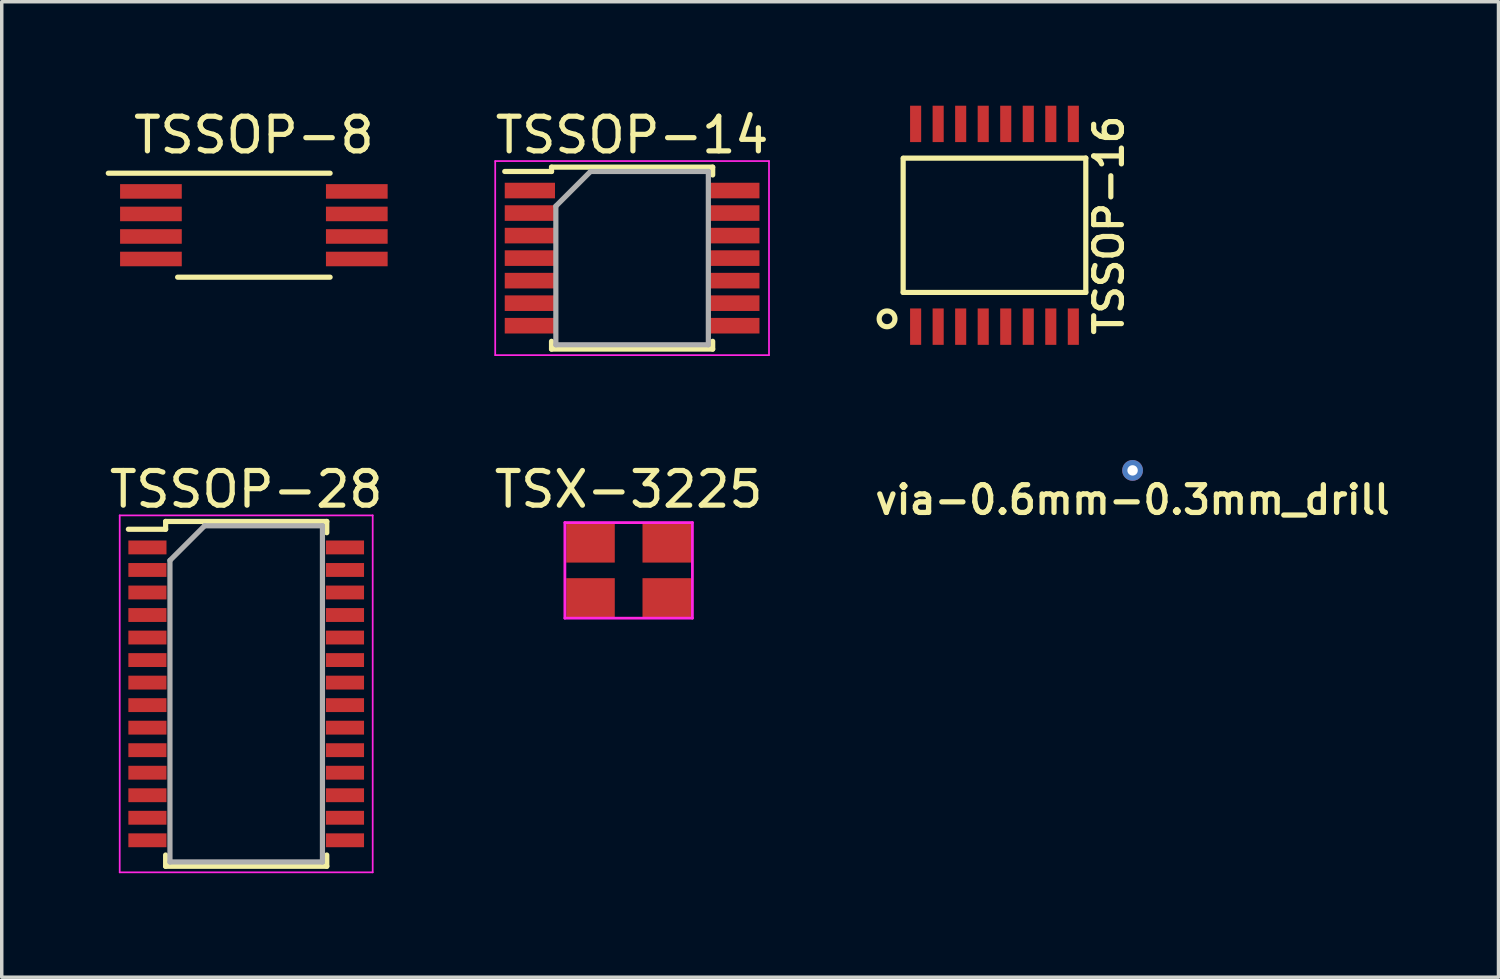
<source format=kicad_pcb>
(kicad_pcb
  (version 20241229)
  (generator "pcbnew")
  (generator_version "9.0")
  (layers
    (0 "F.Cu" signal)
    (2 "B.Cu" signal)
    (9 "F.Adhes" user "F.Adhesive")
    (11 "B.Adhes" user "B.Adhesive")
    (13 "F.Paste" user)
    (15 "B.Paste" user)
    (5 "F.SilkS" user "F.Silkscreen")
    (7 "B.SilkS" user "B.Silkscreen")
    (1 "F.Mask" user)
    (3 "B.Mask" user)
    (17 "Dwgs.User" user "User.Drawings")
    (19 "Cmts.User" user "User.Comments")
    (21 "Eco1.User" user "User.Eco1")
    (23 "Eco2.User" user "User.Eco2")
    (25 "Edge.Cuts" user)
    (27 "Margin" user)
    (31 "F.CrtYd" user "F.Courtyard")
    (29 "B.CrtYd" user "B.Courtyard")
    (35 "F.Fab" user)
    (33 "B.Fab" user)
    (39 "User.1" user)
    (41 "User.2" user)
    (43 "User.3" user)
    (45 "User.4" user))
  (footprint "TSSOP-8"
    (layer "F.Cu")
    (at 4.275 3.448)
    (property "Reference" "TSSOP-8" (at 0 -2.6 0) (layer "F.SilkS") (effects (font (size 1 1) (thickness 0.15))))
    (attr smd)
    (fp_line (start 2.2 -1.5) (end -4.2 -1.5) (stroke (width 0.15) (type solid)) (layer "F.SilkS"))
    (fp_line (start 2.2 1.5) (end -2.2 1.5) (stroke (width 0.15) (type solid)) (layer "F.SilkS"))
    (pad "1" smd rect (at -2.97 -0.975) (size 1.78 0.42) (layers "F.Cu" "F.Mask" "F.Paste"))
    (pad "2" smd rect (at -2.97 -0.325) (size 1.78 0.42) (layers "F.Cu" "F.Mask" "F.Paste"))
    (pad "3" smd rect (at -2.97 0.325) (size 1.78 0.42) (layers "F.Cu" "F.Mask" "F.Paste"))
    (pad "4" smd rect (at -2.97 0.975) (size 1.78 0.42) (layers "F.Cu" "F.Mask" "F.Paste"))
    (pad "5" smd rect (at 2.97 0.975) (size 1.78 0.42) (layers "F.Cu" "F.Mask" "F.Paste"))
    (pad "6" smd rect (at 2.97 0.325) (size 1.78 0.42) (layers "F.Cu" "F.Mask" "F.Paste"))
    (pad "7" smd rect (at 2.97 -0.325) (size 1.78 0.42) (layers "F.Cu" "F.Mask" "F.Paste"))
    (pad "8" smd rect (at 2.97 -0.975) (size 1.78 0.42) (layers "F.Cu" "F.Mask" "F.Paste")))
  (footprint "TSSOP-28"
    (layer "F.Cu")
    (at 4.054 16.971)
    (property "Reference" "TSSOP-28" (at 0 -5.9 0) (layer "F.SilkS") (effects (font (size 1 1) (thickness 0.15))))
    (attr smd)
    (fp_line (start -2.325 -4.975) (end -2.325 -4.75) (stroke (width 0.15) (type solid)) (layer "F.SilkS"))
    (fp_line (start -2.325 -4.975) (end 2.325 -4.975) (stroke (width 0.15) (type solid)) (layer "F.SilkS"))
    (fp_line (start -2.325 -4.75) (end -3.4 -4.75) (stroke (width 0.15) (type solid)) (layer "F.SilkS"))
    (fp_line (start -2.325 4.975) (end -2.325 4.65) (stroke (width 0.15) (type solid)) (layer "F.SilkS"))
    (fp_line (start -2.325 4.975) (end 2.325 4.975) (stroke (width 0.15) (type solid)) (layer "F.SilkS"))
    (fp_line (start 2.325 -4.975) (end 2.325 -4.65) (stroke (width 0.15) (type solid)) (layer "F.SilkS"))
    (fp_line (start 2.325 4.975) (end 2.325 4.65) (stroke (width 0.15) (type solid)) (layer "F.SilkS"))
    (fp_line (start -3.65 -5.15) (end -3.65 5.15) (stroke (width 0.05) (type solid)) (layer "F.CrtYd"))
    (fp_line (start -3.65 -5.15) (end 3.65 -5.15) (stroke (width 0.05) (type solid)) (layer "F.CrtYd"))
    (fp_line (start -3.65 5.15) (end 3.65 5.15) (stroke (width 0.05) (type solid)) (layer "F.CrtYd"))
    (fp_line (start 3.65 -5.15) (end 3.65 5.15) (stroke (width 0.05) (type solid)) (layer "F.CrtYd"))
    (fp_line (start -2.2 -3.85) (end -1.2 -4.85) (stroke (width 0.15) (type solid)) (layer "F.Fab"))
    (fp_line (start -2.2 4.85) (end -2.2 -3.85) (stroke (width 0.15) (type solid)) (layer "F.Fab"))
    (fp_line (start -1.2 -4.85) (end 2.2 -4.85) (stroke (width 0.15) (type solid)) (layer "F.Fab"))
    (fp_line (start 2.2 -4.85) (end 2.2 4.85) (stroke (width 0.15) (type solid)) (layer "F.Fab"))
    (fp_line (start 2.2 4.85) (end -2.2 4.85) (stroke (width 0.15) (type solid)) (layer "F.Fab"))
    (pad "1" smd rect (at -2.85 -4.225) (size 1.1 0.4) (layers "F.Cu" "F.Mask" "F.Paste"))
    (pad "2" smd rect (at -2.85 -3.575) (size 1.1 0.4) (layers "F.Cu" "F.Mask" "F.Paste"))
    (pad "3" smd rect (at -2.85 -2.925) (size 1.1 0.4) (layers "F.Cu" "F.Mask" "F.Paste"))
    (pad "4" smd rect (at -2.85 -2.275) (size 1.1 0.4) (layers "F.Cu" "F.Mask" "F.Paste"))
    (pad "5" smd rect (at -2.85 -1.625) (size 1.1 0.4) (layers "F.Cu" "F.Mask" "F.Paste"))
    (pad "6" smd rect (at -2.85 -0.975) (size 1.1 0.4) (layers "F.Cu" "F.Mask" "F.Paste"))
    (pad "7" smd rect (at -2.85 -0.325) (size 1.1 0.4) (layers "F.Cu" "F.Mask" "F.Paste"))
    (pad "8" smd rect (at -2.85 0.325) (size 1.1 0.4) (layers "F.Cu" "F.Mask" "F.Paste"))
    (pad "9" smd rect (at -2.85 0.975) (size 1.1 0.4) (layers "F.Cu" "F.Mask" "F.Paste"))
    (pad "10" smd rect (at -2.85 1.625) (size 1.1 0.4) (layers "F.Cu" "F.Mask" "F.Paste"))
    (pad "11" smd rect (at -2.85 2.275) (size 1.1 0.4) (layers "F.Cu" "F.Mask" "F.Paste"))
    (pad "12" smd rect (at -2.85 2.925) (size 1.1 0.4) (layers "F.Cu" "F.Mask" "F.Paste"))
    (pad "13" smd rect (at -2.85 3.575) (size 1.1 0.4) (layers "F.Cu" "F.Mask" "F.Paste"))
    (pad "14" smd rect (at -2.85 4.225) (size 1.1 0.4) (layers "F.Cu" "F.Mask" "F.Paste"))
    (pad "15" smd rect (at 2.85 4.225) (size 1.1 0.4) (layers "F.Cu" "F.Mask" "F.Paste"))
    (pad "16" smd rect (at 2.85 3.575) (size 1.1 0.4) (layers "F.Cu" "F.Mask" "F.Paste"))
    (pad "17" smd rect (at 2.85 2.925) (size 1.1 0.4) (layers "F.Cu" "F.Mask" "F.Paste"))
    (pad "18" smd rect (at 2.85 2.275) (size 1.1 0.4) (layers "F.Cu" "F.Mask" "F.Paste"))
    (pad "19" smd rect (at 2.85 1.625) (size 1.1 0.4) (layers "F.Cu" "F.Mask" "F.Paste"))
    (pad "20" smd rect (at 2.85 0.975) (size 1.1 0.4) (layers "F.Cu" "F.Mask" "F.Paste"))
    (pad "21" smd rect (at 2.85 0.325) (size 1.1 0.4) (layers "F.Cu" "F.Mask" "F.Paste"))
    (pad "22" smd rect (at 2.85 -0.325) (size 1.1 0.4) (layers "F.Cu" "F.Mask" "F.Paste"))
    (pad "23" smd rect (at 2.85 -0.975) (size 1.1 0.4) (layers "F.Cu" "F.Mask" "F.Paste"))
    (pad "24" smd rect (at 2.85 -1.625) (size 1.1 0.4) (layers "F.Cu" "F.Mask" "F.Paste"))
    (pad "25" smd rect (at 2.85 -2.275) (size 1.1 0.4) (layers "F.Cu" "F.Mask" "F.Paste"))
    (pad "26" smd rect (at 2.85 -2.925) (size 1.1 0.4) (layers "F.Cu" "F.Mask" "F.Paste"))
    (pad "27" smd rect (at 2.85 -3.575) (size 1.1 0.4) (layers "F.Cu" "F.Mask" "F.Paste"))
    (pad "28" smd rect (at 2.85 -4.225) (size 1.1 0.4) (layers "F.Cu" "F.Mask" "F.Paste")))
  (footprint "TSX-3225"
    (layer "F.Cu")
    (at 15.089 13.408)
    (property "Reference" "TSX-3225" (at 0 -2.337 0) (layer "F.SilkS") (effects (font (size 1 1) (thickness 0.15))))
    (attr through_hole)
    (fp_line (start -1.84 -1.379) (end -1.84 1.379) (stroke (width 0.08) (type solid)) (layer "F.CrtYd"))
    (fp_line (start -1.84 -1.379) (end 1.84 -1.379) (stroke (width 0.08) (type solid)) (layer "F.CrtYd"))
    (fp_line (start 1.84 -1.379) (end 1.84 1.379) (stroke (width 0.08) (type solid)) (layer "F.CrtYd"))
    (fp_line (start 1.84 1.379) (end -1.84 1.379) (stroke (width 0.08) (type solid)) (layer "F.CrtYd"))
    (pad "1" smd rect (at -1.1 -0.8) (size 1.4 1.15) (layers "F.Cu" "F.Mask" "F.Paste"))
    (pad "2" smd rect (at 1.1 -0.8) (size 1.4 1.15) (layers "F.Cu" "F.Mask" "F.Paste"))
    (pad "3" smd rect (at 1.1 0.8) (size 1.4 1.15) (layers "F.Cu" "F.Mask" "F.Paste"))
    (pad "4" smd rect (at -1.1 0.8) (size 1.4 1.15) (layers "F.Cu" "F.Mask" "F.Paste")))
  (footprint "TSSOP-16"
    (layer "F.Cu")
    (at 25.645 3.45)
    (property "Reference" "TSSOP-16" (at 3.3 0 90) (layer "F.SilkS") (effects (font (size 0.8 0.8) (thickness 0.15))))
    (attr smd)
    (fp_line (start -2.635 -1.93) (end -2.635 1.938) (stroke (width 0.15) (type solid)) (layer "F.SilkS"))
    (fp_line (start -2.635 1.938) (end 2.635 1.938) (stroke (width 0.15) (type solid)) (layer "F.SilkS"))
    (fp_line (start 2.635 -1.938) (end -2.63 -1.938) (stroke (width 0.15) (type solid)) (layer "F.SilkS"))
    (fp_line (start 2.635 1.938) (end 2.635 -1.938) (stroke (width 0.15) (type solid)) (layer "F.SilkS"))
    (fp_circle (center -3.1 2.7) (end -2.88 2.76) (stroke (width 0.15) (type solid)) (fill no) (layer "F.SilkS"))
    (pad "1" smd rect (at -2.275 2.925) (size 0.32 1.05) (layers "F.Cu" "F.Mask" "F.Paste"))
    (pad "2" smd rect (at -1.625 2.925) (size 0.32 1.05) (layers "F.Cu" "F.Mask" "F.Paste"))
    (pad "3" smd rect (at -0.975 2.925) (size 0.32 1.05) (layers "F.Cu" "F.Mask" "F.Paste"))
    (pad "4" smd rect (at -0.325 2.925) (size 0.32 1.05) (layers "F.Cu" "F.Mask" "F.Paste"))
    (pad "5" smd rect (at 0.325 2.925) (size 0.32 1.05) (layers "F.Cu" "F.Mask" "F.Paste"))
    (pad "6" smd rect (at 0.975 2.925) (size 0.32 1.05) (layers "F.Cu" "F.Mask" "F.Paste"))
    (pad "7" smd rect (at 1.625 2.925) (size 0.32 1.05) (layers "F.Cu" "F.Mask" "F.Paste"))
    (pad "8" smd rect (at 2.275 2.925) (size 0.32 1.05) (layers "F.Cu" "F.Mask" "F.Paste"))
    (pad "9" smd rect (at 2.275 -2.925) (size 0.32 1.05) (layers "F.Cu" "F.Mask" "F.Paste"))
    (pad "10" smd rect (at 1.625 -2.925) (size 0.32 1.05) (layers "F.Cu" "F.Mask" "F.Paste"))
    (pad "11" smd rect (at 0.975 -2.925) (size 0.32 1.05) (layers "F.Cu" "F.Mask" "F.Paste"))
    (pad "12" smd rect (at 0.325 -2.925) (size 0.32 1.05) (layers "F.Cu" "F.Mask" "F.Paste"))
    (pad "13" smd rect (at -0.325 -2.925) (size 0.32 1.05) (layers "F.Cu" "F.Mask" "F.Paste"))
    (pad "14" smd rect (at -0.975 -2.925) (size 0.32 1.05) (layers "F.Cu" "F.Mask" "F.Paste"))
    (pad "15" smd rect (at -1.625 -2.925) (size 0.32 1.05) (layers "F.Cu" "F.Mask" "F.Paste"))
    (pad "16" smd rect (at -2.275 -2.925) (size 0.32 1.05) (layers "F.Cu" "F.Mask" "F.Paste")))
  (footprint "TSSOP-14"
    (layer "F.Cu")
    (at 15.189 4.398)
    (property "Reference" "TSSOP-14" (at 0 -3.55 0) (layer "F.SilkS") (effects (font (size 1 1) (thickness 0.15))))
    (attr smd)
    (fp_line (start -2.325 -2.625) (end -2.325 -2.5) (stroke (width 0.15) (type solid)) (layer "F.SilkS"))
    (fp_line (start -2.325 -2.625) (end 2.325 -2.625) (stroke (width 0.15) (type solid)) (layer "F.SilkS"))
    (fp_line (start -2.325 -2.5) (end -3.675 -2.5) (stroke (width 0.15) (type solid)) (layer "F.SilkS"))
    (fp_line (start -2.325 2.625) (end -2.325 2.4) (stroke (width 0.15) (type solid)) (layer "F.SilkS"))
    (fp_line (start -2.325 2.625) (end 2.325 2.625) (stroke (width 0.15) (type solid)) (layer "F.SilkS"))
    (fp_line (start 2.325 -2.625) (end 2.325 -2.4) (stroke (width 0.15) (type solid)) (layer "F.SilkS"))
    (fp_line (start 2.325 2.625) (end 2.325 2.4) (stroke (width 0.15) (type solid)) (layer "F.SilkS"))
    (fp_line (start -3.95 -2.8) (end -3.95 2.8) (stroke (width 0.05) (type solid)) (layer "F.CrtYd"))
    (fp_line (start -3.95 -2.8) (end 3.95 -2.8) (stroke (width 0.05) (type solid)) (layer "F.CrtYd"))
    (fp_line (start -3.95 2.8) (end 3.95 2.8) (stroke (width 0.05) (type solid)) (layer "F.CrtYd"))
    (fp_line (start 3.95 -2.8) (end 3.95 2.8) (stroke (width 0.05) (type solid)) (layer "F.CrtYd"))
    (fp_line (start -2.2 -1.5) (end -1.2 -2.5) (stroke (width 0.15) (type solid)) (layer "F.Fab"))
    (fp_line (start -2.2 2.5) (end -2.2 -1.5) (stroke (width 0.15) (type solid)) (layer "F.Fab"))
    (fp_line (start -1.2 -2.5) (end 2.2 -2.5) (stroke (width 0.15) (type solid)) (layer "F.Fab"))
    (fp_line (start 2.2 -2.5) (end 2.2 2.5) (stroke (width 0.15) (type solid)) (layer "F.Fab"))
    (fp_line (start 2.2 2.5) (end -2.2 2.5) (stroke (width 0.15) (type solid)) (layer "F.Fab"))
    (pad "1" smd rect (at -2.95 -1.95) (size 1.45 0.45) (layers "F.Cu" "F.Mask" "F.Paste"))
    (pad "2" smd rect (at -2.95 -1.3) (size 1.45 0.45) (layers "F.Cu" "F.Mask" "F.Paste"))
    (pad "3" smd rect (at -2.95 -0.65) (size 1.45 0.45) (layers "F.Cu" "F.Mask" "F.Paste"))
    (pad "4" smd rect (at -2.95 0) (size 1.45 0.45) (layers "F.Cu" "F.Mask" "F.Paste"))
    (pad "5" smd rect (at -2.95 0.65) (size 1.45 0.45) (layers "F.Cu" "F.Mask" "F.Paste"))
    (pad "6" smd rect (at -2.95 1.3) (size 1.45 0.45) (layers "F.Cu" "F.Mask" "F.Paste"))
    (pad "7" smd rect (at -2.95 1.95) (size 1.45 0.45) (layers "F.Cu" "F.Mask" "F.Paste"))
    (pad "8" smd rect (at 2.95 1.95) (size 1.45 0.45) (layers "F.Cu" "F.Mask" "F.Paste"))
    (pad "9" smd rect (at 2.95 1.3) (size 1.45 0.45) (layers "F.Cu" "F.Mask" "F.Paste"))
    (pad "10" smd rect (at 2.95 0.65) (size 1.45 0.45) (layers "F.Cu" "F.Mask" "F.Paste"))
    (pad "11" smd rect (at 2.95 0) (size 1.45 0.45) (layers "F.Cu" "F.Mask" "F.Paste"))
    (pad "12" smd rect (at 2.95 -0.65) (size 1.45 0.45) (layers "F.Cu" "F.Mask" "F.Paste"))
    (pad "13" smd rect (at 2.95 -1.3) (size 1.45 0.45) (layers "F.Cu" "F.Mask" "F.Paste"))
    (pad "14" smd rect (at 2.95 -1.95) (size 1.45 0.45) (layers "F.Cu" "F.Mask" "F.Paste")))
  (footprint "via-0.6mm-0.3mm_drill"
    (layer "F.Cu")
    (at 29.63 10.523)
    (property "Reference" "via-0.6mm-0.3mm_drill" (at 0 0.85 0) (layer "F.SilkS") (effects (font (size 0.8 0.8) (thickness 0.152))))
    (attr exclude_from_pos_files exclude_from_bom)
    (pad "1" thru_hole circle (at 0 0) (size 0.6 0.6) (drill 0.3) (layers "*.Cu" "*.Mask")))
  (gr_rect
    (start -3 -3)
    (end 40.188 25.146)
    (stroke (width 0.1) (type default))
    (fill no)
    (layer "Edge.Cuts")))
</source>
